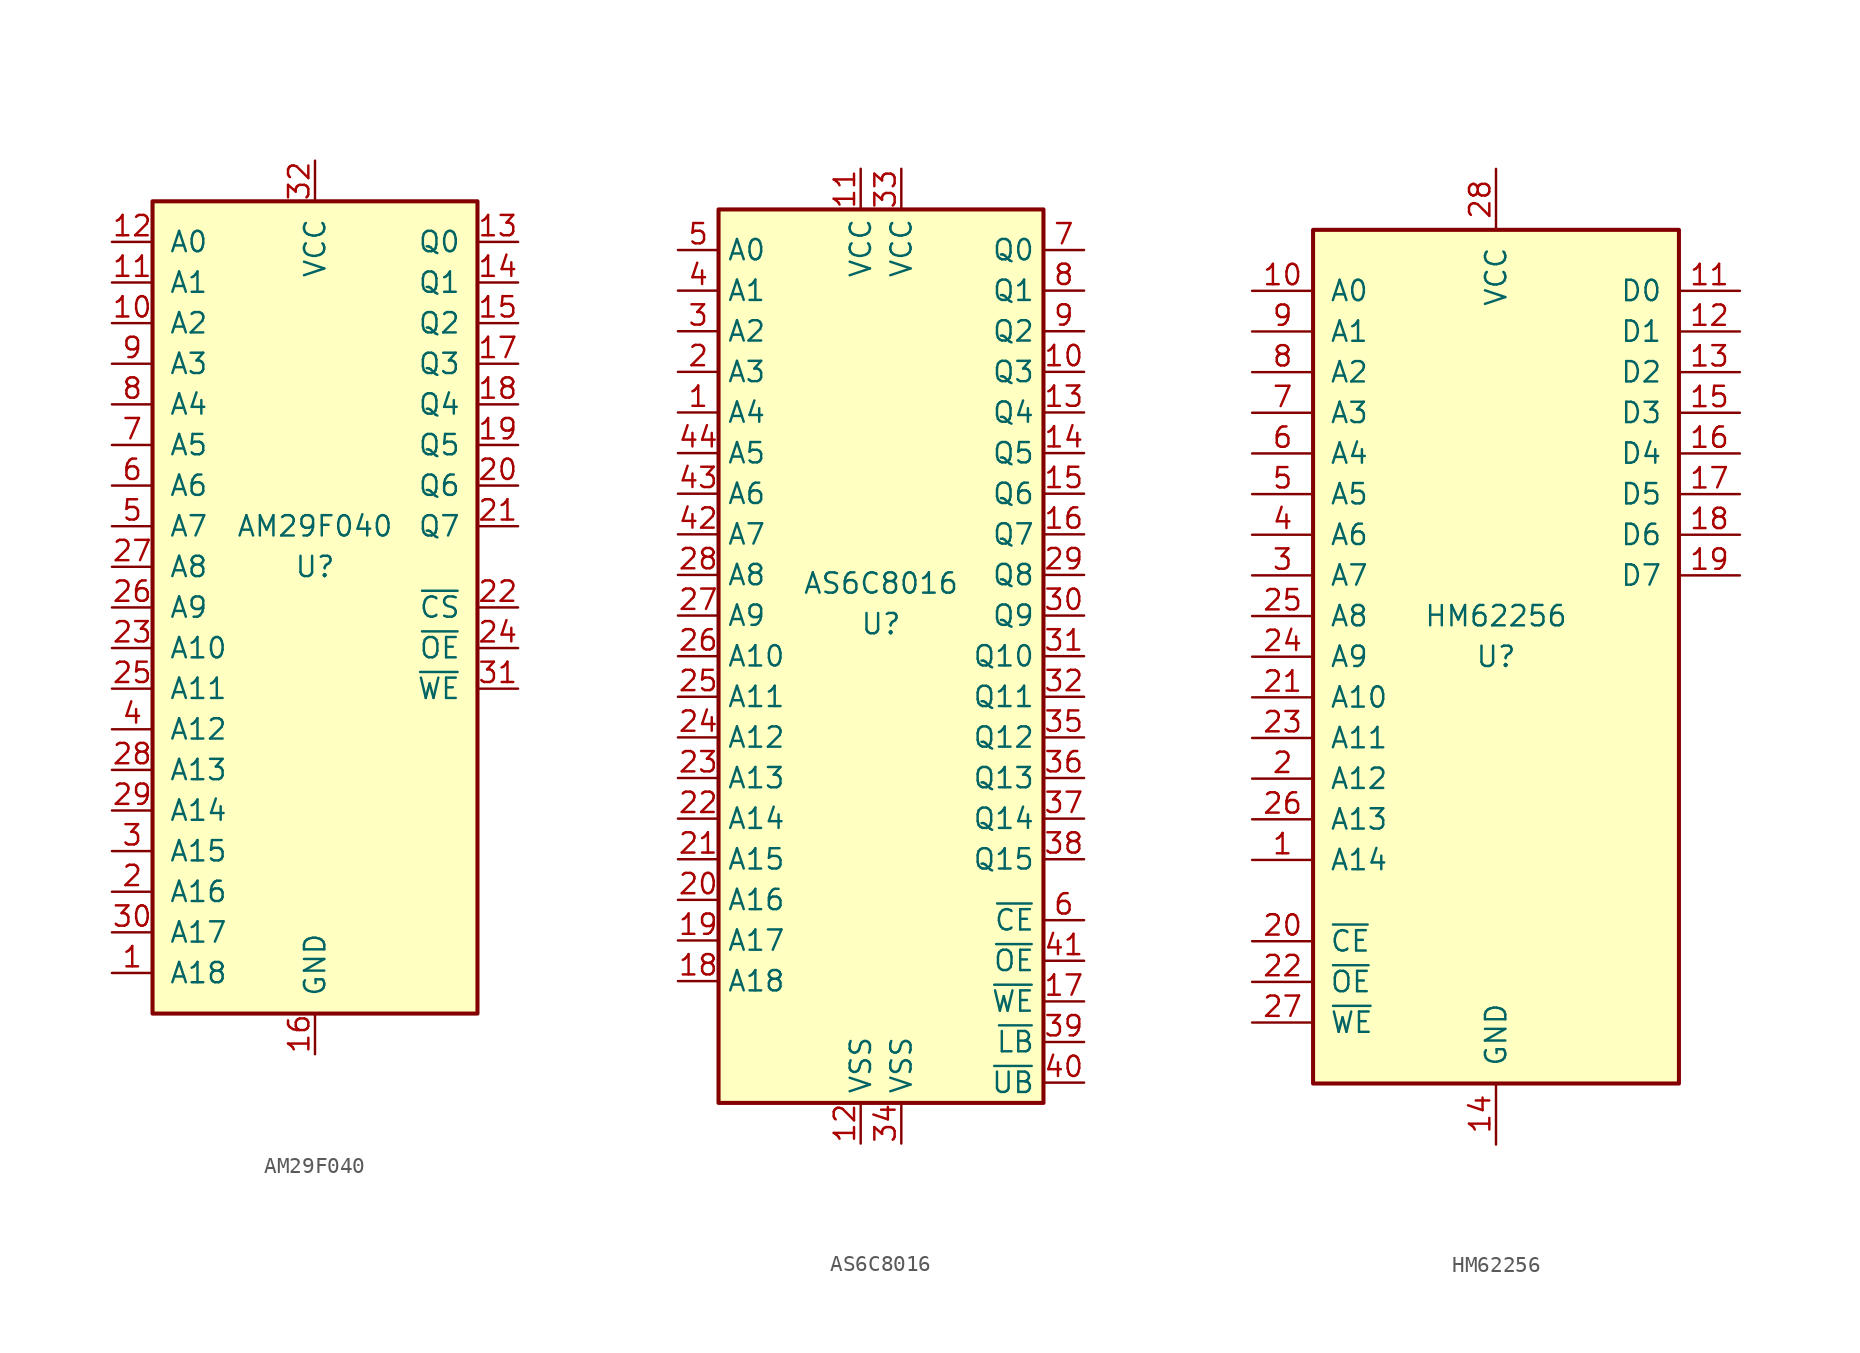
<source format=kicad_sym>
(kicad_symbol_lib
  (version 20211014)
  (generator kicad_symbol_editor)
  (symbol "AM29F040"
    (pin_names
      (offset 1.016))
    (property "Reference" "U"
      (at 0 0 0)
      (effects (font (size 1.27 1.27))))
    (property "Value" "AM29F040"
      (at 0 2.54 0)
      (effects (font (size 1.27 1.27))))
    (symbol "AM29F040_1_1"
      (rectangle (start -10.16 22.86) (end 10.16 -27.94) (stroke (width 0.254) (type default) (color 0 0 0 0)) (fill (type background)))
      (pin input line (at -12.7 -25.4 0) (length 2.54) (name "A18" (effects (font (size 1.27 1.27)))) (number "1" (effects (font (size 1.27 1.27)))))
      (pin input line (at -12.7 15.24 0) (length 2.54) (name "A2" (effects (font (size 1.27 1.27)))) (number "10" (effects (font (size 1.27 1.27)))))
      (pin input line (at -12.7 17.78 0) (length 2.54) (name "A1" (effects (font (size 1.27 1.27)))) (number "11" (effects (font (size 1.27 1.27)))))
      (pin input line (at -12.7 20.32 0) (length 2.54) (name "A0" (effects (font (size 1.27 1.27)))) (number "12" (effects (font (size 1.27 1.27)))))
      (pin tri_state line (at 12.7 20.32 180) (length 2.54) (name "Q0" (effects (font (size 1.27 1.27)))) (number "13" (effects (font (size 1.27 1.27)))))
      (pin tri_state line (at 12.7 17.78 180) (length 2.54) (name "Q1" (effects (font (size 1.27 1.27)))) (number "14" (effects (font (size 1.27 1.27)))))
      (pin tri_state line (at 12.7 15.24 180) (length 2.54) (name "Q2" (effects (font (size 1.27 1.27)))) (number "15" (effects (font (size 1.27 1.27)))))
      (pin power_in line (at 0 -30.48 90) (length 2.54) (name "GND" (effects (font (size 1.27 1.27)))) (number "16" (effects (font (size 1.27 1.27)))))
      (pin tri_state line (at 12.7 12.7 180) (length 2.54) (name "Q3" (effects (font (size 1.27 1.27)))) (number "17" (effects (font (size 1.27 1.27)))))
      (pin tri_state line (at 12.7 10.16 180) (length 2.54) (name "Q4" (effects (font (size 1.27 1.27)))) (number "18" (effects (font (size 1.27 1.27)))))
      (pin tri_state line (at 12.7 7.62 180) (length 2.54) (name "Q5" (effects (font (size 1.27 1.27)))) (number "19" (effects (font (size 1.27 1.27)))))
      (pin input line (at -12.7 -20.32 0) (length 2.54) (name "A16" (effects (font (size 1.27 1.27)))) (number "2" (effects (font (size 1.27 1.27)))))
      (pin tri_state line (at 12.7 5.08 180) (length 2.54) (name "Q6" (effects (font (size 1.27 1.27)))) (number "20" (effects (font (size 1.27 1.27)))))
      (pin tri_state line (at 12.7 2.54 180) (length 2.54) (name "Q7" (effects (font (size 1.27 1.27)))) (number "21" (effects (font (size 1.27 1.27)))))
      (pin input line (at 12.7 -2.54 180) (length 2.54) (name "~{CS}" (effects (font (size 1.27 1.27)))) (number "22" (effects (font (size 1.27 1.27)))))
      (pin input line (at -12.7 -5.08 0) (length 2.54) (name "A10" (effects (font (size 1.27 1.27)))) (number "23" (effects (font (size 1.27 1.27)))))
      (pin input line (at 12.7 -5.08 180) (length 2.54) (name "~{OE}" (effects (font (size 1.27 1.27)))) (number "24" (effects (font (size 1.27 1.27)))))
      (pin input line (at -12.7 -7.62 0) (length 2.54) (name "A11" (effects (font (size 1.27 1.27)))) (number "25" (effects (font (size 1.27 1.27)))))
      (pin input line (at -12.7 -2.54 0) (length 2.54) (name "A9" (effects (font (size 1.27 1.27)))) (number "26" (effects (font (size 1.27 1.27)))))
      (pin input line (at -12.7 0 0) (length 2.54) (name "A8" (effects (font (size 1.27 1.27)))) (number "27" (effects (font (size 1.27 1.27)))))
      (pin input line (at -12.7 -12.7 0) (length 2.54) (name "A13" (effects (font (size 1.27 1.27)))) (number "28" (effects (font (size 1.27 1.27)))))
      (pin input line (at -12.7 -15.24 0) (length 2.54) (name "A14" (effects (font (size 1.27 1.27)))) (number "29" (effects (font (size 1.27 1.27)))))
      (pin input line (at -12.7 -17.78 0) (length 2.54) (name "A15" (effects (font (size 1.27 1.27)))) (number "3" (effects (font (size 1.27 1.27)))))
      (pin input line (at -12.7 -22.86 0) (length 2.54) (name "A17" (effects (font (size 1.27 1.27)))) (number "30" (effects (font (size 1.27 1.27)))))
      (pin input line (at 12.7 -7.62 180) (length 2.54) (name "~{WE}" (effects (font (size 1.27 1.27)))) (number "31" (effects (font (size 1.27 1.27)))))
      (pin power_in line (at 0 25.4 270) (length 2.54) (name "VCC" (effects (font (size 1.27 1.27)))) (number "32" (effects (font (size 1.27 1.27)))))
      (pin input line (at -12.7 -10.16 0) (length 2.54) (name "A12" (effects (font (size 1.27 1.27)))) (number "4" (effects (font (size 1.27 1.27)))))
      (pin input line (at -12.7 2.54 0) (length 2.54) (name "A7" (effects (font (size 1.27 1.27)))) (number "5" (effects (font (size 1.27 1.27)))))
      (pin input line (at -12.7 5.08 0) (length 2.54) (name "A6" (effects (font (size 1.27 1.27)))) (number "6" (effects (font (size 1.27 1.27)))))
      (pin input line (at -12.7 7.62 0) (length 2.54) (name "A5" (effects (font (size 1.27 1.27)))) (number "7" (effects (font (size 1.27 1.27)))))
      (pin input line (at -12.7 10.16 0) (length 2.54) (name "A4" (effects (font (size 1.27 1.27)))) (number "8" (effects (font (size 1.27 1.27)))))
      (pin input line (at -12.7 12.7 0) (length 2.54) (name "A3" (effects (font (size 1.27 1.27)))) (number "9" (effects (font (size 1.27 1.27)))))))
  (symbol "AS6C8016"
    (property "Reference" "U"
      (at 0 -1.27 0)
      (effects (font (size 1.27 1.27)) (justify bottom)))
    (property "Value" "AS6C8016"
      (at 0 1.27 0)
      (effects (font (size 1.27 1.27)) (justify bottom)))
    (symbol "AS6C8016_0_0"
      (pin power_in line (at -1.27 27.94 270) (length 2.54) (name "VCC" (effects (font (size 1.27 1.27)))) (number "11" (effects (font (size 1.27 1.27)))))
      (pin power_in line (at -1.27 -33.02 90) (length 2.54) (name "VSS" (effects (font (size 1.27 1.27)))) (number "12" (effects (font (size 1.27 1.27)))))
      (pin power_in line (at 1.27 27.94 270) (length 2.54) (name "VCC" (effects (font (size 1.27 1.27)))) (number "33" (effects (font (size 1.27 1.27)))))
      (pin power_in line (at 1.27 -33.02 90) (length 2.54) (name "VSS" (effects (font (size 1.27 1.27)))) (number "34" (effects (font (size 1.27 1.27))))))
    (symbol "AS6C8016_0_1"
      (rectangle (start -10.16 25.4) (end 10.16 -30.48) (stroke (width 0.254) (type default) (color 0 0 0 0)) (fill (type background))))
    (symbol "AS6C8016_1_1"
      (pin input line (at -12.7 12.7 0) (length 2.54) (name "A4" (effects (font (size 1.27 1.27)))) (number "1" (effects (font (size 1.27 1.27)))))
      (pin tri_state line (at 12.7 15.24 180) (length 2.54) (name "Q3" (effects (font (size 1.27 1.27)))) (number "10" (effects (font (size 1.27 1.27)))))
      (pin tri_state line (at 12.7 12.7 180) (length 2.54) (name "Q4" (effects (font (size 1.27 1.27)))) (number "13" (effects (font (size 1.27 1.27)))))
      (pin tri_state line (at 12.7 10.16 180) (length 2.54) (name "Q5" (effects (font (size 1.27 1.27)))) (number "14" (effects (font (size 1.27 1.27)))))
      (pin tri_state line (at 12.7 7.62 180) (length 2.54) (name "Q6" (effects (font (size 1.27 1.27)))) (number "15" (effects (font (size 1.27 1.27)))))
      (pin tri_state line (at 12.7 5.08 180) (length 2.54) (name "Q7" (effects (font (size 1.27 1.27)))) (number "16" (effects (font (size 1.27 1.27)))))
      (pin input line (at 12.7 -24.13 180) (length 2.54) (name "~{WE}" (effects (font (size 1.27 1.27)))) (number "17" (effects (font (size 1.27 1.27)))))
      (pin input line (at -12.7 -22.86 0) (length 2.54) (name "A18" (effects (font (size 1.27 1.27)))) (number "18" (effects (font (size 1.27 1.27)))))
      (pin input line (at -12.7 -20.32 0) (length 2.54) (name "A17" (effects (font (size 1.27 1.27)))) (number "19" (effects (font (size 1.27 1.27)))))
      (pin input line (at -12.7 15.24 0) (length 2.54) (name "A3" (effects (font (size 1.27 1.27)))) (number "2" (effects (font (size 1.27 1.27)))))
      (pin input line (at -12.7 -17.78 0) (length 2.54) (name "A16" (effects (font (size 1.27 1.27)))) (number "20" (effects (font (size 1.27 1.27)))))
      (pin input line (at -12.7 -15.24 0) (length 2.54) (name "A15" (effects (font (size 1.27 1.27)))) (number "21" (effects (font (size 1.27 1.27)))))
      (pin input line (at -12.7 -12.7 0) (length 2.54) (name "A14" (effects (font (size 1.27 1.27)))) (number "22" (effects (font (size 1.27 1.27)))))
      (pin input line (at -12.7 -10.16 0) (length 2.54) (name "A13" (effects (font (size 1.27 1.27)))) (number "23" (effects (font (size 1.27 1.27)))))
      (pin input line (at -12.7 -7.62 0) (length 2.54) (name "A12" (effects (font (size 1.27 1.27)))) (number "24" (effects (font (size 1.27 1.27)))))
      (pin input line (at -12.7 -5.08 0) (length 2.54) (name "A11" (effects (font (size 1.27 1.27)))) (number "25" (effects (font (size 1.27 1.27)))))
      (pin input line (at -12.7 -2.54 0) (length 2.54) (name "A10" (effects (font (size 1.27 1.27)))) (number "26" (effects (font (size 1.27 1.27)))))
      (pin input line (at -12.7 0 0) (length 2.54) (name "A9" (effects (font (size 1.27 1.27)))) (number "27" (effects (font (size 1.27 1.27)))))
      (pin input line (at -12.7 2.54 0) (length 2.54) (name "A8" (effects (font (size 1.27 1.27)))) (number "28" (effects (font (size 1.27 1.27)))))
      (pin tri_state line (at 12.7 2.54 180) (length 2.54) (name "Q8" (effects (font (size 1.27 1.27)))) (number "29" (effects (font (size 1.27 1.27)))))
      (pin input line (at -12.7 17.78 0) (length 2.54) (name "A2" (effects (font (size 1.27 1.27)))) (number "3" (effects (font (size 1.27 1.27)))))
      (pin tri_state line (at 12.7 0 180) (length 2.54) (name "Q9" (effects (font (size 1.27 1.27)))) (number "30" (effects (font (size 1.27 1.27)))))
      (pin tri_state line (at 12.7 -2.54 180) (length 2.54) (name "Q10" (effects (font (size 1.27 1.27)))) (number "31" (effects (font (size 1.27 1.27)))))
      (pin tri_state line (at 12.7 -5.08 180) (length 2.54) (name "Q11" (effects (font (size 1.27 1.27)))) (number "32" (effects (font (size 1.27 1.27)))))
      (pin tri_state line (at 12.7 -7.62 180) (length 2.54) (name "Q12" (effects (font (size 1.27 1.27)))) (number "35" (effects (font (size 1.27 1.27)))))
      (pin tri_state line (at 12.7 -10.16 180) (length 2.54) (name "Q13" (effects (font (size 1.27 1.27)))) (number "36" (effects (font (size 1.27 1.27)))))
      (pin tri_state line (at 12.7 -12.7 180) (length 2.54) (name "Q14" (effects (font (size 1.27 1.27)))) (number "37" (effects (font (size 1.27 1.27)))))
      (pin tri_state line (at 12.7 -15.24 180) (length 2.54) (name "Q15" (effects (font (size 1.27 1.27)))) (number "38" (effects (font (size 1.27 1.27)))))
      (pin input line (at 12.7 -26.67 180) (length 2.54) (name "~{LB}" (effects (font (size 1.27 1.27)))) (number "39" (effects (font (size 1.27 1.27)))))
      (pin input line (at -12.7 20.32 0) (length 2.54) (name "A1" (effects (font (size 1.27 1.27)))) (number "4" (effects (font (size 1.27 1.27)))))
      (pin input line (at 12.7 -29.21 180) (length 2.54) (name "~{UB}" (effects (font (size 1.27 1.27)))) (number "40" (effects (font (size 1.27 1.27)))))
      (pin input line (at 12.7 -21.59 180) (length 2.54) (name "~{OE}" (effects (font (size 1.27 1.27)))) (number "41" (effects (font (size 1.27 1.27)))))
      (pin input line (at -12.7 5.08 0) (length 2.54) (name "A7" (effects (font (size 1.27 1.27)))) (number "42" (effects (font (size 1.27 1.27)))))
      (pin input line (at -12.7 7.62 0) (length 2.54) (name "A6" (effects (font (size 1.27 1.27)))) (number "43" (effects (font (size 1.27 1.27)))))
      (pin input line (at -12.7 10.16 0) (length 2.54) (name "A5" (effects (font (size 1.27 1.27)))) (number "44" (effects (font (size 1.27 1.27)))))
      (pin input line (at -12.7 22.86 0) (length 2.54) (name "A0" (effects (font (size 1.27 1.27)))) (number "5" (effects (font (size 1.27 1.27)))))
      (pin input line (at 12.7 -19.05 180) (length 2.54) (name "~{CE}" (effects (font (size 1.27 1.27)))) (number "6" (effects (font (size 1.27 1.27)))))
      (pin tri_state line (at 12.7 22.86 180) (length 2.54) (name "Q0" (effects (font (size 1.27 1.27)))) (number "7" (effects (font (size 1.27 1.27)))))
      (pin tri_state line (at 12.7 20.32 180) (length 2.54) (name "Q1" (effects (font (size 1.27 1.27)))) (number "8" (effects (font (size 1.27 1.27)))))
      (pin tri_state line (at 12.7 17.78 180) (length 2.54) (name "Q2" (effects (font (size 1.27 1.27)))) (number "9" (effects (font (size 1.27 1.27)))))))
  (symbol "HM62256"
    (pin_names
      (offset 1.016))
    (property "Reference" "U"
      (at 0 0 0)
      (effects (font (size 1.27 1.27))))
    (property "Value" "HM62256"
      (at 0 2.54 0)
      (effects (font (size 1.27 1.27))))
    (symbol "HM62256_1_1"
      (rectangle (start -11.43 26.67) (end 11.43 -26.67) (stroke (width 0.254) (type default) (color 0 0 0 0)) (fill (type background)))
      (pin input line (at -15.24 -12.7 0) (length 3.81) (name "A14" (effects (font (size 1.27 1.27)))) (number "1" (effects (font (size 1.27 1.27)))))
      (pin input line (at -15.24 22.86 0) (length 3.81) (name "A0" (effects (font (size 1.27 1.27)))) (number "10" (effects (font (size 1.27 1.27)))))
      (pin tri_state line (at 15.24 22.86 180) (length 3.81) (name "D0" (effects (font (size 1.27 1.27)))) (number "11" (effects (font (size 1.27 1.27)))))
      (pin tri_state line (at 15.24 20.32 180) (length 3.81) (name "D1" (effects (font (size 1.27 1.27)))) (number "12" (effects (font (size 1.27 1.27)))))
      (pin tri_state line (at 15.24 17.78 180) (length 3.81) (name "D2" (effects (font (size 1.27 1.27)))) (number "13" (effects (font (size 1.27 1.27)))))
      (pin power_in line (at 0 -30.48 90) (length 3.81) (name "GND" (effects (font (size 1.27 1.27)))) (number "14" (effects (font (size 1.27 1.27)))))
      (pin tri_state line (at 15.24 15.24 180) (length 3.81) (name "D3" (effects (font (size 1.27 1.27)))) (number "15" (effects (font (size 1.27 1.27)))))
      (pin tri_state line (at 15.24 12.7 180) (length 3.81) (name "D4" (effects (font (size 1.27 1.27)))) (number "16" (effects (font (size 1.27 1.27)))))
      (pin tri_state line (at 15.24 10.16 180) (length 3.81) (name "D5" (effects (font (size 1.27 1.27)))) (number "17" (effects (font (size 1.27 1.27)))))
      (pin tri_state line (at 15.24 7.62 180) (length 3.81) (name "D6" (effects (font (size 1.27 1.27)))) (number "18" (effects (font (size 1.27 1.27)))))
      (pin tri_state line (at 15.24 5.08 180) (length 3.81) (name "D7" (effects (font (size 1.27 1.27)))) (number "19" (effects (font (size 1.27 1.27)))))
      (pin input line (at -15.24 -7.62 0) (length 3.81) (name "A12" (effects (font (size 1.27 1.27)))) (number "2" (effects (font (size 1.27 1.27)))))
      (pin input line (at -15.24 -17.78 0) (length 3.81) (name "~{CE}" (effects (font (size 1.27 1.27)))) (number "20" (effects (font (size 1.27 1.27)))))
      (pin input line (at -15.24 -2.54 0) (length 3.81) (name "A10" (effects (font (size 1.27 1.27)))) (number "21" (effects (font (size 1.27 1.27)))))
      (pin input line (at -15.24 -20.32 0) (length 3.81) (name "~{OE}" (effects (font (size 1.27 1.27)))) (number "22" (effects (font (size 1.27 1.27)))))
      (pin input line (at -15.24 -5.08 0) (length 3.81) (name "A11" (effects (font (size 1.27 1.27)))) (number "23" (effects (font (size 1.27 1.27)))))
      (pin input line (at -15.24 0 0) (length 3.81) (name "A9" (effects (font (size 1.27 1.27)))) (number "24" (effects (font (size 1.27 1.27)))))
      (pin input line (at -15.24 2.54 0) (length 3.81) (name "A8" (effects (font (size 1.27 1.27)))) (number "25" (effects (font (size 1.27 1.27)))))
      (pin input line (at -15.24 -10.16 0) (length 3.81) (name "A13" (effects (font (size 1.27 1.27)))) (number "26" (effects (font (size 1.27 1.27)))))
      (pin input line (at -15.24 -22.86 0) (length 3.81) (name "~{WE}" (effects (font (size 1.27 1.27)))) (number "27" (effects (font (size 1.27 1.27)))))
      (pin power_in line (at 0 30.48 270) (length 3.81) (name "VCC" (effects (font (size 1.27 1.27)))) (number "28" (effects (font (size 1.27 1.27)))))
      (pin input line (at -15.24 5.08 0) (length 3.81) (name "A7" (effects (font (size 1.27 1.27)))) (number "3" (effects (font (size 1.27 1.27)))))
      (pin input line (at -15.24 7.62 0) (length 3.81) (name "A6" (effects (font (size 1.27 1.27)))) (number "4" (effects (font (size 1.27 1.27)))))
      (pin input line (at -15.24 10.16 0) (length 3.81) (name "A5" (effects (font (size 1.27 1.27)))) (number "5" (effects (font (size 1.27 1.27)))))
      (pin input line (at -15.24 12.7 0) (length 3.81) (name "A4" (effects (font (size 1.27 1.27)))) (number "6" (effects (font (size 1.27 1.27)))))
      (pin input line (at -15.24 15.24 0) (length 3.81) (name "A3" (effects (font (size 1.27 1.27)))) (number "7" (effects (font (size 1.27 1.27)))))
      (pin input line (at -15.24 17.78 0) (length 3.81) (name "A2" (effects (font (size 1.27 1.27)))) (number "8" (effects (font (size 1.27 1.27)))))
      (pin input line (at -15.24 20.32 0) (length 3.81) (name "A1" (effects (font (size 1.27 1.27)))) (number "9" (effects (font (size 1.27 1.27))))))))
</source>
